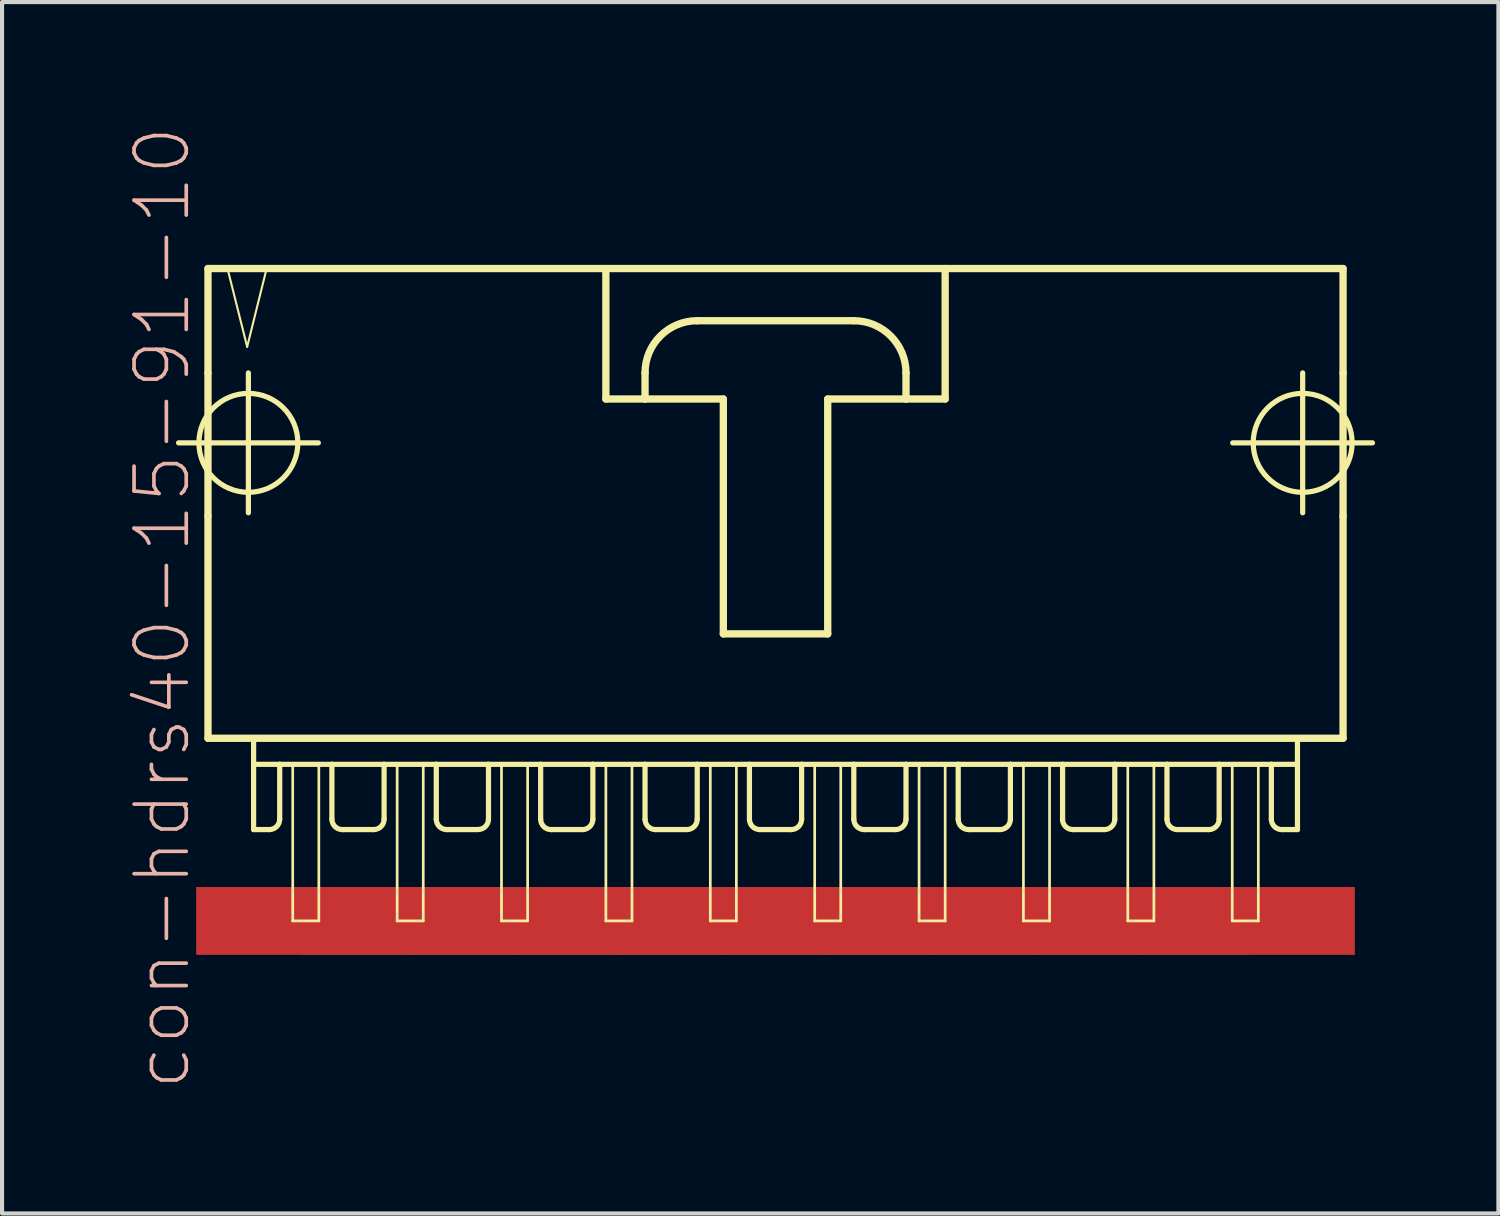
<source format=kicad_pcb>
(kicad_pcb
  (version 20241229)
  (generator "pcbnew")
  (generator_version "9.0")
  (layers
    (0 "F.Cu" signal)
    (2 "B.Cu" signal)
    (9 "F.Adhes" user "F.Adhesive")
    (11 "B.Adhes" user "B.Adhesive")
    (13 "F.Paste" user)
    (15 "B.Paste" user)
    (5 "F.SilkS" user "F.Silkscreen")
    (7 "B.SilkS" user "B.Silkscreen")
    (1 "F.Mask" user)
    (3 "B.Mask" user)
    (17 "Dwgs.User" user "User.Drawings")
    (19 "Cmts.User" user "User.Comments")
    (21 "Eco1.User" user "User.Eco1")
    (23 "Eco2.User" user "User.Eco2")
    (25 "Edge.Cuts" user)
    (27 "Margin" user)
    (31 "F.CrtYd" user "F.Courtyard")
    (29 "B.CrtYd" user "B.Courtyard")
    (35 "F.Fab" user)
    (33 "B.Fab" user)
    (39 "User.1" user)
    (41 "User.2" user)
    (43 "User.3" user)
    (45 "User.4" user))
  (footprint "con-hdrs40-15-91-10"
    (layer "F.Cu")
    (at 15.821 8.564)
    (property "Reference" "con-hdrs40-15-91-10" (at -14.922 3.175 90) (layer "B.SilkS") (effects (font (size 1.27 1.27) (thickness 0.089))))
    (attr smd)
    (fp_line (start -14.526 -0.838) (end -11.125 -0.838) (stroke (width 0.127) (type solid)) (layer "F.SilkS"))
    (fp_line (start -13.81 -5.08) (end -13.81 -2.54) (stroke (width 0.178) (type solid)) (layer "F.SilkS"))
    (fp_line (start -13.81 -2.54) (end -13.81 0.953) (stroke (width 0.178) (type solid)) (layer "F.SilkS"))
    (fp_line (start -13.81 0.953) (end -13.81 6.35) (stroke (width 0.178) (type solid)) (layer "F.SilkS"))
    (fp_line (start -13.81 6.35) (end 13.81 6.35) (stroke (width 0.178) (type solid)) (layer "F.SilkS"))
    (fp_line (start -13.335 -5.08) (end -12.857 -3.175) (stroke (width 0.051) (type solid)) (layer "F.SilkS"))
    (fp_line (start -12.857 -3.175) (end -12.383 -5.08) (stroke (width 0.051) (type solid)) (layer "F.SilkS"))
    (fp_line (start -12.827 0.864) (end -12.827 -2.54) (stroke (width 0.127) (type solid)) (layer "F.SilkS"))
    (fp_line (start -12.7 6.35) (end -12.7 8.572) (stroke (width 0.127) (type solid)) (layer "F.SilkS"))
    (fp_line (start -12.7 6.985) (end -12.065 6.985) (stroke (width 0.127) (type solid)) (layer "F.SilkS"))
    (fp_line (start -12.383 -5.08) (end -13.335 -5.08) (stroke (width 0.051) (type solid)) (layer "F.SilkS"))
    (fp_line (start -12.319 8.572) (end -12.7 8.572) (stroke (width 0.127) (type solid)) (layer "F.SilkS"))
    (fp_line (start -12.065 6.985) (end -12.065 8.319) (stroke (width 0.127) (type solid)) (layer "F.SilkS"))
    (fp_line (start -12.065 6.985) (end -10.795 6.985) (stroke (width 0.127) (type solid)) (layer "F.SilkS"))
    (fp_line (start -11.748 6.985) (end -11.113 6.985) (stroke (width 0.066) (type solid)) (layer "F.SilkS"))
    (fp_line (start -11.748 10.795) (end -11.748 6.985) (stroke (width 0.066) (type solid)) (layer "F.SilkS"))
    (fp_line (start -11.748 10.795) (end -11.113 10.795) (stroke (width 0.066) (type solid)) (layer "F.SilkS"))
    (fp_line (start -11.113 10.795) (end -11.113 6.985) (stroke (width 0.066) (type solid)) (layer "F.SilkS"))
    (fp_line (start -10.795 6.985) (end -10.795 8.319) (stroke (width 0.127) (type solid)) (layer "F.SilkS"))
    (fp_line (start -10.795 6.985) (end -9.525 6.985) (stroke (width 0.127) (type solid)) (layer "F.SilkS"))
    (fp_line (start -9.779 8.572) (end -10.541 8.572) (stroke (width 0.127) (type solid)) (layer "F.SilkS"))
    (fp_line (start -9.525 6.985) (end -9.525 8.319) (stroke (width 0.127) (type solid)) (layer "F.SilkS"))
    (fp_line (start -9.525 6.985) (end -8.255 6.985) (stroke (width 0.127) (type solid)) (layer "F.SilkS"))
    (fp_line (start -9.207 6.985) (end -8.572 6.985) (stroke (width 0.066) (type solid)) (layer "F.SilkS"))
    (fp_line (start -9.207 10.795) (end -9.207 6.985) (stroke (width 0.066) (type solid)) (layer "F.SilkS"))
    (fp_line (start -9.207 10.795) (end -8.572 10.795) (stroke (width 0.066) (type solid)) (layer "F.SilkS"))
    (fp_line (start -8.572 10.795) (end -8.572 6.985) (stroke (width 0.066) (type solid)) (layer "F.SilkS"))
    (fp_line (start -8.255 6.985) (end -8.255 8.319) (stroke (width 0.127) (type solid)) (layer "F.SilkS"))
    (fp_line (start -8.255 6.985) (end -6.985 6.985) (stroke (width 0.127) (type solid)) (layer "F.SilkS"))
    (fp_line (start -7.236 8.572) (end -8.001 8.572) (stroke (width 0.127) (type solid)) (layer "F.SilkS"))
    (fp_line (start -6.985 6.985) (end -6.985 8.319) (stroke (width 0.127) (type solid)) (layer "F.SilkS"))
    (fp_line (start -6.985 6.985) (end -5.715 6.985) (stroke (width 0.127) (type solid)) (layer "F.SilkS"))
    (fp_line (start -6.668 6.985) (end -6.032 6.985) (stroke (width 0.066) (type solid)) (layer "F.SilkS"))
    (fp_line (start -6.668 10.795) (end -6.668 6.985) (stroke (width 0.066) (type solid)) (layer "F.SilkS"))
    (fp_line (start -6.668 10.795) (end -6.032 10.795) (stroke (width 0.066) (type solid)) (layer "F.SilkS"))
    (fp_line (start -6.032 10.795) (end -6.032 6.985) (stroke (width 0.066) (type solid)) (layer "F.SilkS"))
    (fp_line (start -5.715 6.985) (end -5.715 8.319) (stroke (width 0.127) (type solid)) (layer "F.SilkS"))
    (fp_line (start -5.715 6.985) (end -4.445 6.985) (stroke (width 0.127) (type solid)) (layer "F.SilkS"))
    (fp_line (start -4.699 8.572) (end -5.461 8.572) (stroke (width 0.127) (type solid)) (layer "F.SilkS"))
    (fp_line (start -4.445 6.985) (end -4.445 8.319) (stroke (width 0.127) (type solid)) (layer "F.SilkS"))
    (fp_line (start -4.445 6.985) (end -3.175 6.985) (stroke (width 0.127) (type solid)) (layer "F.SilkS"))
    (fp_line (start -4.128 -5.08) (end -4.128 -1.905) (stroke (width 0.178) (type solid)) (layer "F.SilkS"))
    (fp_line (start -4.128 -1.905) (end -3.175 -1.905) (stroke (width 0.178) (type solid)) (layer "F.SilkS"))
    (fp_line (start -4.128 6.985) (end -3.493 6.985) (stroke (width 0.066) (type solid)) (layer "F.SilkS"))
    (fp_line (start -4.128 10.795) (end -4.128 6.985) (stroke (width 0.066) (type solid)) (layer "F.SilkS"))
    (fp_line (start -4.128 10.795) (end -3.493 10.795) (stroke (width 0.066) (type solid)) (layer "F.SilkS"))
    (fp_line (start -3.493 10.795) (end -3.493 6.985) (stroke (width 0.066) (type solid)) (layer "F.SilkS"))
    (fp_line (start -3.175 -1.905) (end -3.175 -2.54) (stroke (width 0.178) (type solid)) (layer "F.SilkS"))
    (fp_line (start -3.175 -1.905) (end -1.27 -1.905) (stroke (width 0.178) (type solid)) (layer "F.SilkS"))
    (fp_line (start -3.175 6.985) (end -3.175 8.319) (stroke (width 0.127) (type solid)) (layer "F.SilkS"))
    (fp_line (start -3.175 6.985) (end -1.905 6.985) (stroke (width 0.127) (type solid)) (layer "F.SilkS"))
    (fp_line (start -2.159 8.572) (end -2.921 8.572) (stroke (width 0.127) (type solid)) (layer "F.SilkS"))
    (fp_line (start -1.905 -3.81) (end 1.905 -3.81) (stroke (width 0.178) (type solid)) (layer "F.SilkS"))
    (fp_line (start -1.905 6.985) (end -1.905 8.319) (stroke (width 0.127) (type solid)) (layer "F.SilkS"))
    (fp_line (start -1.905 6.985) (end -0.635 6.985) (stroke (width 0.127) (type solid)) (layer "F.SilkS"))
    (fp_line (start -1.587 6.985) (end -0.953 6.985) (stroke (width 0.066) (type solid)) (layer "F.SilkS"))
    (fp_line (start -1.587 10.795) (end -1.587 6.985) (stroke (width 0.066) (type solid)) (layer "F.SilkS"))
    (fp_line (start -1.587 10.795) (end -0.953 10.795) (stroke (width 0.066) (type solid)) (layer "F.SilkS"))
    (fp_line (start -1.27 -1.905) (end -1.27 3.81) (stroke (width 0.178) (type solid)) (layer "F.SilkS"))
    (fp_line (start -1.27 3.81) (end 1.27 3.81) (stroke (width 0.178) (type solid)) (layer "F.SilkS"))
    (fp_line (start -0.953 10.795) (end -0.953 6.985) (stroke (width 0.066) (type solid)) (layer "F.SilkS"))
    (fp_line (start -0.635 6.985) (end -0.635 8.319) (stroke (width 0.127) (type solid)) (layer "F.SilkS"))
    (fp_line (start -0.635 6.985) (end 0.635 6.985) (stroke (width 0.127) (type solid)) (layer "F.SilkS"))
    (fp_line (start 0.381 8.572) (end -0.381 8.572) (stroke (width 0.127) (type solid)) (layer "F.SilkS"))
    (fp_line (start 0.635 6.985) (end 0.635 8.319) (stroke (width 0.127) (type solid)) (layer "F.SilkS"))
    (fp_line (start 0.635 6.985) (end 1.905 6.985) (stroke (width 0.127) (type solid)) (layer "F.SilkS"))
    (fp_line (start 0.953 6.985) (end 1.587 6.985) (stroke (width 0.066) (type solid)) (layer "F.SilkS"))
    (fp_line (start 0.953 10.795) (end 0.953 6.985) (stroke (width 0.066) (type solid)) (layer "F.SilkS"))
    (fp_line (start 0.953 10.795) (end 1.587 10.795) (stroke (width 0.066) (type solid)) (layer "F.SilkS"))
    (fp_line (start 1.27 -1.905) (end 3.175 -1.905) (stroke (width 0.178) (type solid)) (layer "F.SilkS"))
    (fp_line (start 1.27 3.81) (end 1.27 -1.905) (stroke (width 0.178) (type solid)) (layer "F.SilkS"))
    (fp_line (start 1.587 10.795) (end 1.587 6.985) (stroke (width 0.066) (type solid)) (layer "F.SilkS"))
    (fp_line (start 1.905 6.985) (end 1.905 8.319) (stroke (width 0.127) (type solid)) (layer "F.SilkS"))
    (fp_line (start 1.905 6.985) (end 3.175 6.985) (stroke (width 0.127) (type solid)) (layer "F.SilkS"))
    (fp_line (start 2.921 8.572) (end 2.159 8.572) (stroke (width 0.127) (type solid)) (layer "F.SilkS"))
    (fp_line (start 3.175 -2.54) (end 3.175 -1.905) (stroke (width 0.178) (type solid)) (layer "F.SilkS"))
    (fp_line (start 3.175 -1.905) (end 4.128 -1.905) (stroke (width 0.178) (type solid)) (layer "F.SilkS"))
    (fp_line (start 3.175 6.985) (end 3.175 8.319) (stroke (width 0.127) (type solid)) (layer "F.SilkS"))
    (fp_line (start 3.175 6.985) (end 4.445 6.985) (stroke (width 0.127) (type solid)) (layer "F.SilkS"))
    (fp_line (start 3.493 6.985) (end 4.128 6.985) (stroke (width 0.066) (type solid)) (layer "F.SilkS"))
    (fp_line (start 3.493 10.795) (end 3.493 6.985) (stroke (width 0.066) (type solid)) (layer "F.SilkS"))
    (fp_line (start 3.493 10.795) (end 4.128 10.795) (stroke (width 0.066) (type solid)) (layer "F.SilkS"))
    (fp_line (start 4.128 -1.905) (end 4.128 -5.08) (stroke (width 0.178) (type solid)) (layer "F.SilkS"))
    (fp_line (start 4.128 10.795) (end 4.128 6.985) (stroke (width 0.066) (type solid)) (layer "F.SilkS"))
    (fp_line (start 4.445 6.985) (end 4.445 8.319) (stroke (width 0.127) (type solid)) (layer "F.SilkS"))
    (fp_line (start 4.445 6.985) (end 5.715 6.985) (stroke (width 0.127) (type solid)) (layer "F.SilkS"))
    (fp_line (start 5.461 8.572) (end 4.699 8.572) (stroke (width 0.127) (type solid)) (layer "F.SilkS"))
    (fp_line (start 5.715 6.985) (end 5.715 8.319) (stroke (width 0.127) (type solid)) (layer "F.SilkS"))
    (fp_line (start 5.715 6.985) (end 6.985 6.985) (stroke (width 0.127) (type solid)) (layer "F.SilkS"))
    (fp_line (start 6.032 6.985) (end 6.668 6.985) (stroke (width 0.066) (type solid)) (layer "F.SilkS"))
    (fp_line (start 6.032 10.795) (end 6.032 6.985) (stroke (width 0.066) (type solid)) (layer "F.SilkS"))
    (fp_line (start 6.032 10.795) (end 6.668 10.795) (stroke (width 0.066) (type solid)) (layer "F.SilkS"))
    (fp_line (start 6.668 10.795) (end 6.668 6.985) (stroke (width 0.066) (type solid)) (layer "F.SilkS"))
    (fp_line (start 6.985 6.985) (end 6.985 8.319) (stroke (width 0.127) (type solid)) (layer "F.SilkS"))
    (fp_line (start 6.985 6.985) (end 8.255 6.985) (stroke (width 0.127) (type solid)) (layer "F.SilkS"))
    (fp_line (start 8.001 8.572) (end 7.236 8.572) (stroke (width 0.127) (type solid)) (layer "F.SilkS"))
    (fp_line (start 8.255 6.985) (end 8.255 8.319) (stroke (width 0.127) (type solid)) (layer "F.SilkS"))
    (fp_line (start 8.255 6.985) (end 9.525 6.985) (stroke (width 0.127) (type solid)) (layer "F.SilkS"))
    (fp_line (start 8.572 6.985) (end 9.207 6.985) (stroke (width 0.066) (type solid)) (layer "F.SilkS"))
    (fp_line (start 8.572 10.795) (end 8.572 6.985) (stroke (width 0.066) (type solid)) (layer "F.SilkS"))
    (fp_line (start 8.572 10.795) (end 9.207 10.795) (stroke (width 0.066) (type solid)) (layer "F.SilkS"))
    (fp_line (start 9.207 10.795) (end 9.207 6.985) (stroke (width 0.066) (type solid)) (layer "F.SilkS"))
    (fp_line (start 9.525 6.985) (end 9.525 8.319) (stroke (width 0.127) (type solid)) (layer "F.SilkS"))
    (fp_line (start 9.525 6.985) (end 10.795 6.985) (stroke (width 0.127) (type solid)) (layer "F.SilkS"))
    (fp_line (start 10.541 8.572) (end 9.779 8.572) (stroke (width 0.127) (type solid)) (layer "F.SilkS"))
    (fp_line (start 10.795 6.985) (end 10.795 8.319) (stroke (width 0.127) (type solid)) (layer "F.SilkS"))
    (fp_line (start 10.795 6.985) (end 12.065 6.985) (stroke (width 0.127) (type solid)) (layer "F.SilkS"))
    (fp_line (start 11.113 6.985) (end 11.748 6.985) (stroke (width 0.066) (type solid)) (layer "F.SilkS"))
    (fp_line (start 11.113 10.795) (end 11.113 6.985) (stroke (width 0.066) (type solid)) (layer "F.SilkS"))
    (fp_line (start 11.113 10.795) (end 11.748 10.795) (stroke (width 0.066) (type solid)) (layer "F.SilkS"))
    (fp_line (start 11.125 -0.838) (end 14.526 -0.838) (stroke (width 0.127) (type solid)) (layer "F.SilkS"))
    (fp_line (start 11.748 10.795) (end 11.748 6.985) (stroke (width 0.066) (type solid)) (layer "F.SilkS"))
    (fp_line (start 12.065 6.985) (end 12.065 8.319) (stroke (width 0.127) (type solid)) (layer "F.SilkS"))
    (fp_line (start 12.065 6.985) (end 12.7 6.985) (stroke (width 0.127) (type solid)) (layer "F.SilkS"))
    (fp_line (start 12.319 8.572) (end 12.7 8.572) (stroke (width 0.127) (type solid)) (layer "F.SilkS"))
    (fp_line (start 12.7 8.572) (end 12.7 6.35) (stroke (width 0.127) (type solid)) (layer "F.SilkS"))
    (fp_line (start 12.827 0.864) (end 12.827 -2.54) (stroke (width 0.127) (type solid)) (layer "F.SilkS"))
    (fp_line (start 13.81 -5.08) (end -13.81 -5.08) (stroke (width 0.178) (type solid)) (layer "F.SilkS"))
    (fp_line (start 13.81 -2.54) (end 13.81 -5.08) (stroke (width 0.178) (type solid)) (layer "F.SilkS"))
    (fp_line (start 13.81 -2.54) (end 13.81 0.953) (stroke (width 0.178) (type solid)) (layer "F.SilkS"))
    (fp_line (start 13.81 6.35) (end 13.81 0.953) (stroke (width 0.178) (type solid)) (layer "F.SilkS"))
    (fp_arc (start -12.065 8.3185) (mid -12.139395 8.498105) (end -12.319 8.5725) (stroke (width 0.127) (type solid)) (layer "F.SilkS"))
    (fp_arc (start -10.541 8.5725) (mid -10.720605 8.498105) (end -10.795 8.3185) (stroke (width 0.127) (type solid)) (layer "F.SilkS"))
    (fp_arc (start -9.525 8.3185) (mid -9.599395 8.498105) (end -9.779 8.5725) (stroke (width 0.127) (type solid)) (layer "F.SilkS"))
    (fp_arc (start -8.001 8.5725) (mid -8.180605 8.498105) (end -8.255 8.3185) (stroke (width 0.127) (type solid)) (layer "F.SilkS"))
    (fp_arc (start -6.985 8.3185) (mid -7.058651 8.496309) (end -7.23646 8.56996) (stroke (width 0.127) (type solid)) (layer "F.SilkS"))
    (fp_arc (start -5.461 8.5725) (mid -5.640605 8.498105) (end -5.715 8.3185) (stroke (width 0.127) (type solid)) (layer "F.SilkS"))
    (fp_arc (start -4.445 8.3185) (mid -4.519395 8.498105) (end -4.699 8.5725) (stroke (width 0.127) (type solid)) (layer "F.SilkS"))
    (fp_arc (start -3.175 -2.54) (mid -2.803026 -3.438026) (end -1.905 -3.81) (stroke (width 0.1778) (type solid)) (layer "F.SilkS"))
    (fp_arc (start -2.921 8.5725) (mid -3.100605 8.498105) (end -3.175 8.3185) (stroke (width 0.127) (type solid)) (layer "F.SilkS"))
    (fp_arc (start -1.905 8.3185) (mid -1.979395 8.498105) (end -2.159 8.5725) (stroke (width 0.127) (type solid)) (layer "F.SilkS"))
    (fp_arc (start -0.381 8.5725) (mid -0.560605 8.498105) (end -0.635 8.3185) (stroke (width 0.127) (type solid)) (layer "F.SilkS"))
    (fp_arc (start 0.635 8.3185) (mid 0.560605 8.498105) (end 0.381 8.5725) (stroke (width 0.127) (type solid)) (layer "F.SilkS"))
    (fp_arc (start 1.905 -3.81) (mid 2.803026 -3.438026) (end 3.175 -2.54) (stroke (width 0.1778) (type solid)) (layer "F.SilkS"))
    (fp_arc (start 2.159 8.5725) (mid 1.979395 8.498105) (end 1.905 8.3185) (stroke (width 0.127) (type solid)) (layer "F.SilkS"))
    (fp_arc (start 3.175 8.3185) (mid 3.100605 8.498105) (end 2.921 8.5725) (stroke (width 0.127) (type solid)) (layer "F.SilkS"))
    (fp_arc (start 4.699 8.5725) (mid 4.519395 8.498105) (end 4.445 8.3185) (stroke (width 0.127) (type solid)) (layer "F.SilkS"))
    (fp_arc (start 5.715 8.3185) (mid 5.640605 8.498105) (end 5.461 8.5725) (stroke (width 0.127) (type solid)) (layer "F.SilkS"))
    (fp_arc (start 7.23646 8.5725) (mid 7.056855 8.498105) (end 6.98246 8.3185) (stroke (width 0.127) (type solid)) (layer "F.SilkS"))
    (fp_arc (start 8.255 8.3185) (mid 8.180605 8.498105) (end 8.001 8.5725) (stroke (width 0.127) (type solid)) (layer "F.SilkS"))
    (fp_arc (start 9.779 8.5725) (mid 9.599395 8.498105) (end 9.525 8.3185) (stroke (width 0.127) (type solid)) (layer "F.SilkS"))
    (fp_arc (start 10.795 8.3185) (mid 10.720605 8.498105) (end 10.541 8.5725) (stroke (width 0.127) (type solid)) (layer "F.SilkS"))
    (fp_arc (start 12.319 8.5725) (mid 12.139395 8.498105) (end 12.065 8.3185) (stroke (width 0.127) (type solid)) (layer "F.SilkS"))
    (fp_circle (center -12.827 -0.838) (end -13.678 -1.689) (stroke (width 0.127) (type solid)) (fill no) (layer "F.SilkS"))
    (fp_circle (center 12.827 -0.838) (end 13.678 -1.689) (stroke (width 0.127) (type solid)) (fill no) (layer "F.SilkS"))
    (pad "1" smd rect (at -11.43 10.795) (size 5.334 1.651) (layers "F.Cu" "F.Mask" "F.Paste"))
    (pad "2" smd rect (at -8.89 10.795) (size 5.334 1.651) (layers "F.Cu" "F.Mask" "F.Paste"))
    (pad "3" smd rect (at -6.35 10.795) (size 5.334 1.651) (layers "F.Cu" "F.Mask" "F.Paste"))
    (pad "4" smd rect (at -3.81 10.795) (size 5.334 1.651) (layers "F.Cu" "F.Mask" "F.Paste"))
    (pad "5" smd rect (at -1.27 10.795) (size 5.334 1.651) (layers "F.Cu" "F.Mask" "F.Paste"))
    (pad "6" smd rect (at 1.27 10.795) (size 5.334 1.651) (layers "F.Cu" "F.Mask" "F.Paste"))
    (pad "7" smd rect (at 3.81 10.795) (size 5.334 1.651) (layers "F.Cu" "F.Mask" "F.Paste"))
    (pad "8" smd rect (at 6.35 10.795) (size 5.334 1.651) (layers "F.Cu" "F.Mask" "F.Paste"))
    (pad "9" smd rect (at 8.89 10.795) (size 5.334 1.651) (layers "F.Cu" "F.Mask" "F.Paste"))
    (pad "10" smd rect (at 11.43 10.795) (size 5.334 1.651) (layers "F.Cu" "F.Mask" "F.Paste")))
  (gr_rect
    (start -3 -3)
    (end 33.411 26.477)
    (stroke (width 0.1) (type default))
    (fill no)
    (layer "Edge.Cuts")))
</source>
